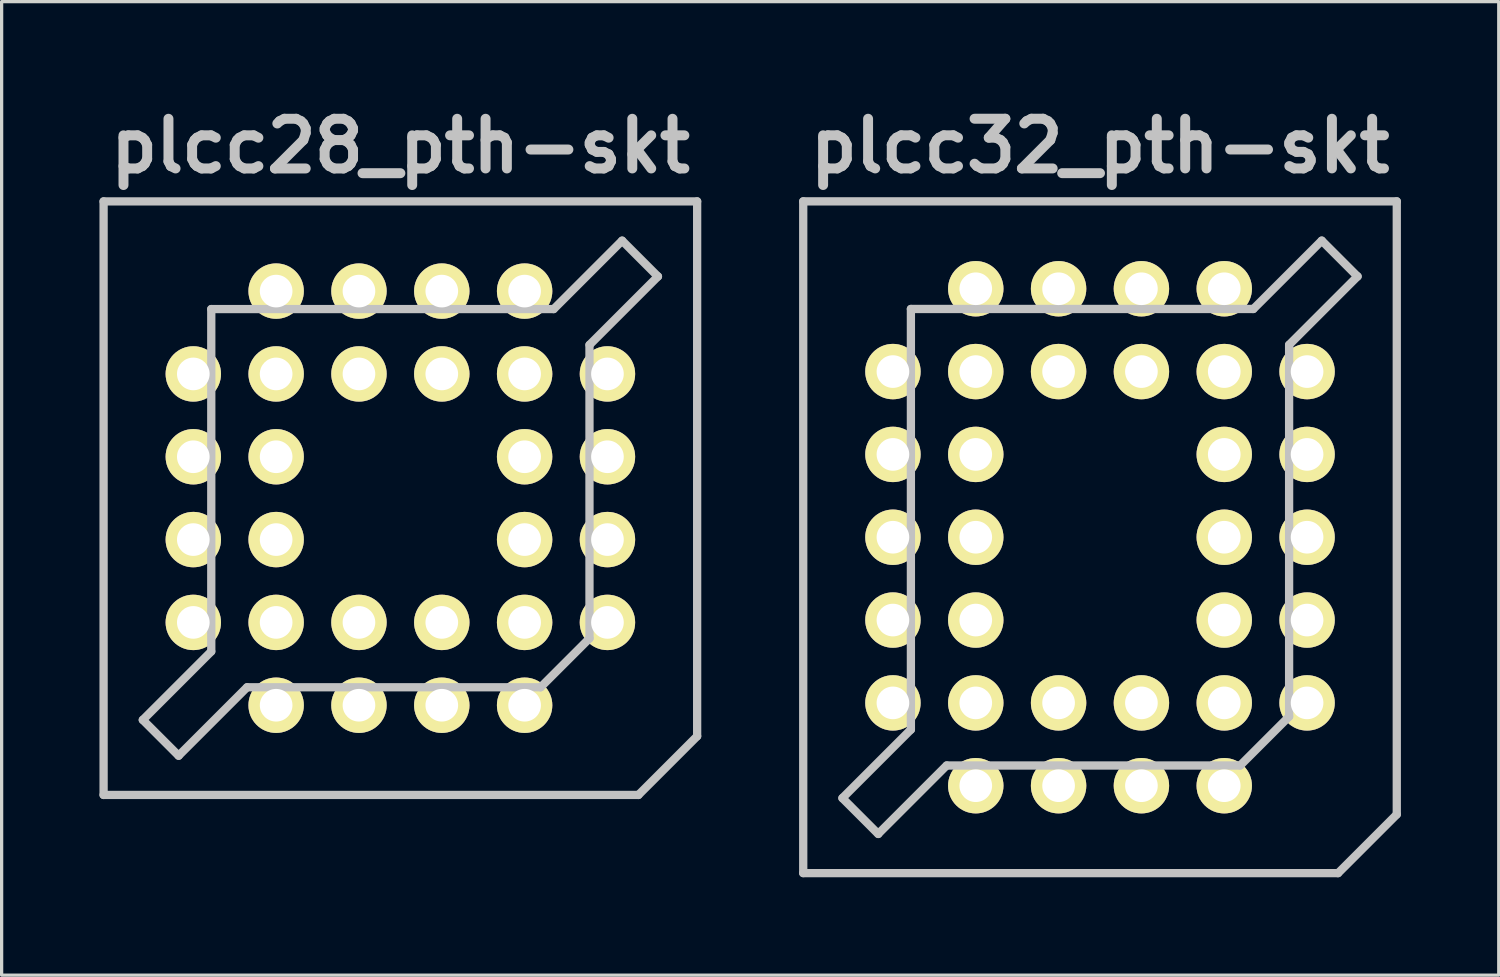
<source format=kicad_pcb>
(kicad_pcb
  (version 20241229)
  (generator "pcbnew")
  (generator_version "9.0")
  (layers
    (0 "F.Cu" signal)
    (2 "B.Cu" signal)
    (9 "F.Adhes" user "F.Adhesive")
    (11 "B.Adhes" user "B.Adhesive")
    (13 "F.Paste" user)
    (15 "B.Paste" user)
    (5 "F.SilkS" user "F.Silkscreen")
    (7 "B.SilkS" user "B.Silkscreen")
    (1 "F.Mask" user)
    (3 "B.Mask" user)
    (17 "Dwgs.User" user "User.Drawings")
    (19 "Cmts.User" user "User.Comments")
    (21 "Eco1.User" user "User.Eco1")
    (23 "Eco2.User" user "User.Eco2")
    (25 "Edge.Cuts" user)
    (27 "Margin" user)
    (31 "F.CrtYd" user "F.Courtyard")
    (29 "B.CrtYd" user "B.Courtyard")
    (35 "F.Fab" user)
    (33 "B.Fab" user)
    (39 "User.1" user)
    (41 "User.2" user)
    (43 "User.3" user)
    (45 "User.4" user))
  (footprint "plcc32_pth-skt"
    (layer "F.Cu")
    (at 30.683 13.425)
    (property "Reference" "plcc32_pth-skt" (at 0 -11.999 0) (layer "Dwgs.User") (effects (font (size 1.524 1.524) (thickness 0.305))))
    (attr through_hole)
    (fp_line (start -9.101 10.3) (end -9.101 -10.3) (stroke (width 0.254) (type solid)) (layer "Dwgs.User"))
    (fp_line (start -9.101 10.3) (end 7.3 10.3) (stroke (width 0.254) (type solid)) (layer "Dwgs.User"))
    (fp_line (start -7.899 8.001) (end -6.8 9.101) (stroke (width 0.254) (type solid)) (layer "Dwgs.User"))
    (fp_line (start -6.8 9.096) (end -4.702 6.998) (stroke (width 0.254) (type solid)) (layer "Dwgs.User"))
    (fp_line (start -5.801 5.9) (end -7.899 7.998) (stroke (width 0.254) (type solid)) (layer "Dwgs.User"))
    (fp_line (start -5.799 -7) (end -5.799 5.9) (stroke (width 0.254) (type solid)) (layer "Dwgs.User"))
    (fp_line (start -5.799 -7) (end 4.699 -7) (stroke (width 0.254) (type solid)) (layer "Dwgs.User"))
    (fp_line (start 4.3 6.998) (end 5.799 5.499) (stroke (width 0.254) (type solid)) (layer "Dwgs.User"))
    (fp_line (start 4.3 7) (end -4.699 7) (stroke (width 0.254) (type solid)) (layer "Dwgs.User"))
    (fp_line (start 4.702 -6.998) (end 6.8 -9.096) (stroke (width 0.254) (type solid)) (layer "Dwgs.User"))
    (fp_line (start 5.799 5.499) (end 5.799 -5.9) (stroke (width 0.254) (type solid)) (layer "Dwgs.User"))
    (fp_line (start 6.8 -9.096) (end 7.899 -7.996) (stroke (width 0.254) (type solid)) (layer "Dwgs.User"))
    (fp_line (start 7.3 10.302) (end 9.101 8.501) (stroke (width 0.254) (type solid)) (layer "Dwgs.User"))
    (fp_line (start 7.899 -8.001) (end 5.801 -5.903) (stroke (width 0.254) (type solid)) (layer "Dwgs.User"))
    (fp_line (start 9.101 -10.3) (end -9.101 -10.3) (stroke (width 0.254) (type solid)) (layer "Dwgs.User"))
    (fp_line (start 9.101 -10.3) (end 9.101 8.499) (stroke (width 0.254) (type solid)) (layer "Dwgs.User"))
    (pad "1" thru_hole circle (at -1.27 5.08) (size 1.699 1.699) (drill 1.001) (layers "*.Cu" "*.Mask" "F.SilkS"))
    (pad "2" thru_hole circle (at 1.27 7.62) (size 1.699 1.699) (drill 1.001) (layers "*.Cu" "*.Mask" "F.SilkS"))
    (pad "3" thru_hole circle (at 1.27 5.08) (size 1.699 1.699) (drill 1.001) (layers "*.Cu" "*.Mask" "F.SilkS"))
    (pad "4" thru_hole circle (at 3.81 7.62) (size 1.699 1.699) (drill 1.001) (layers "*.Cu" "*.Mask" "F.SilkS"))
    (pad "5" thru_hole circle (at 6.35 5.08) (size 1.699 1.699) (drill 1.001) (layers "*.Cu" "*.Mask" "F.SilkS"))
    (pad "6" thru_hole circle (at 3.81 5.08) (size 1.699 1.699) (drill 1.001) (layers "*.Cu" "*.Mask" "F.SilkS"))
    (pad "7" thru_hole circle (at 6.35 2.54) (size 1.699 1.699) (drill 1.001) (layers "*.Cu" "*.Mask" "F.SilkS"))
    (pad "8" thru_hole circle (at 3.81 2.54) (size 1.699 1.699) (drill 1.001) (layers "*.Cu" "*.Mask" "F.SilkS"))
    (pad "9" thru_hole circle (at 6.35 0) (size 1.699 1.699) (drill 1.001) (layers "*.Cu" "*.Mask" "F.SilkS"))
    (pad "10" thru_hole circle (at 3.81 0) (size 1.699 1.699) (drill 1.001) (layers "*.Cu" "*.Mask" "F.SilkS"))
    (pad "11" thru_hole circle (at 6.35 -2.54) (size 1.699 1.699) (drill 1.001) (layers "*.Cu" "*.Mask" "F.SilkS"))
    (pad "12" thru_hole circle (at 3.81 -2.54) (size 1.699 1.699) (drill 1.001) (layers "*.Cu" "*.Mask" "F.SilkS"))
    (pad "13" thru_hole circle (at 6.35 -5.08) (size 1.699 1.699) (drill 1.001) (layers "*.Cu" "*.Mask" "F.SilkS"))
    (pad "14" thru_hole circle (at 3.81 -7.62) (size 1.699 1.699) (drill 1.001) (layers "*.Cu" "*.Mask" "F.SilkS"))
    (pad "15" thru_hole circle (at 3.81 -5.08) (size 1.699 1.699) (drill 1.001) (layers "*.Cu" "*.Mask" "F.SilkS"))
    (pad "16" thru_hole circle (at 1.27 -7.62) (size 1.699 1.699) (drill 1.001) (layers "*.Cu" "*.Mask" "F.SilkS"))
    (pad "17" thru_hole circle (at 1.27 -5.08) (size 1.699 1.699) (drill 1.001) (layers "*.Cu" "*.Mask" "F.SilkS"))
    (pad "18" thru_hole circle (at -1.27 -7.62) (size 1.699 1.699) (drill 1.001) (layers "*.Cu" "*.Mask" "F.SilkS"))
    (pad "19" thru_hole circle (at -1.27 -5.08) (size 1.699 1.699) (drill 1.001) (layers "*.Cu" "*.Mask" "F.SilkS"))
    (pad "20" thru_hole circle (at -3.81 -7.62) (size 1.699 1.699) (drill 1.001) (layers "*.Cu" "*.Mask" "F.SilkS"))
    (pad "21" thru_hole circle (at -6.35 -5.08) (size 1.699 1.699) (drill 1.001) (layers "*.Cu" "*.Mask" "F.SilkS"))
    (pad "22" thru_hole circle (at -3.81 -5.08) (size 1.699 1.699) (drill 1.001) (layers "*.Cu" "*.Mask" "F.SilkS"))
    (pad "23" thru_hole circle (at -6.35 -2.54) (size 1.699 1.699) (drill 1.001) (layers "*.Cu" "*.Mask" "F.SilkS"))
    (pad "24" thru_hole circle (at -3.81 -2.54) (size 1.699 1.699) (drill 1.001) (layers "*.Cu" "*.Mask" "F.SilkS"))
    (pad "25" thru_hole circle (at -6.35 0) (size 1.699 1.699) (drill 1.001) (layers "*.Cu" "*.Mask" "F.SilkS"))
    (pad "26" thru_hole circle (at -3.81 0) (size 1.699 1.699) (drill 1.001) (layers "*.Cu" "*.Mask" "F.SilkS"))
    (pad "27" thru_hole circle (at -6.35 2.54) (size 1.699 1.699) (drill 1.001) (layers "*.Cu" "*.Mask" "F.SilkS"))
    (pad "28" thru_hole circle (at -3.81 2.54) (size 1.699 1.699) (drill 1.001) (layers "*.Cu" "*.Mask" "F.SilkS"))
    (pad "29" thru_hole circle (at -6.35 5.08) (size 1.699 1.699) (drill 1.001) (layers "*.Cu" "*.Mask" "F.SilkS"))
    (pad "30" thru_hole circle (at -3.81 7.62) (size 1.699 1.699) (drill 1.001) (layers "*.Cu" "*.Mask" "F.SilkS"))
    (pad "31" thru_hole circle (at -3.81 5.08) (size 1.699 1.699) (drill 1.001) (layers "*.Cu" "*.Mask" "F.SilkS"))
    (pad "32" thru_hole circle (at -1.27 7.62) (size 1.699 1.699) (drill 1.001) (layers "*.Cu" "*.Mask" "F.SilkS")))
  (footprint "plcc28_pth-skt"
    (layer "F.Cu")
    (at 9.228 12.227)
    (property "Reference" "plcc28_pth-skt" (at 0 -10.8 0) (layer "Dwgs.User") (effects (font (size 1.524 1.524) (thickness 0.305))))
    (attr through_hole)
    (fp_line (start -9.101 -9.101) (end -9.101 9.101) (stroke (width 0.254) (type solid)) (layer "Dwgs.User"))
    (fp_line (start -9.101 9.101) (end 7.3 9.101) (stroke (width 0.254) (type solid)) (layer "Dwgs.User"))
    (fp_line (start -7.899 6.8) (end -6.8 7.899) (stroke (width 0.254) (type solid)) (layer "Dwgs.User"))
    (fp_line (start -6.8 7.897) (end -4.702 5.799) (stroke (width 0.254) (type solid)) (layer "Dwgs.User"))
    (fp_line (start -5.801 4.702) (end -7.899 6.8) (stroke (width 0.254) (type solid)) (layer "Dwgs.User"))
    (fp_line (start -5.799 -5.799) (end 4.699 -5.799) (stroke (width 0.254) (type solid)) (layer "Dwgs.User"))
    (fp_line (start -5.799 4.699) (end -5.799 -5.799) (stroke (width 0.254) (type solid)) (layer "Dwgs.User"))
    (fp_line (start 4.3 5.799) (end -4.699 5.799) (stroke (width 0.254) (type solid)) (layer "Dwgs.User"))
    (fp_line (start 4.3 5.799) (end 5.799 4.3) (stroke (width 0.254) (type solid)) (layer "Dwgs.User"))
    (fp_line (start 4.702 -5.799) (end 6.8 -7.897) (stroke (width 0.254) (type solid)) (layer "Dwgs.User"))
    (fp_line (start 5.799 -4.699) (end 5.799 4.3) (stroke (width 0.254) (type solid)) (layer "Dwgs.User"))
    (fp_line (start 6.8 -7.897) (end 7.899 -6.797) (stroke (width 0.254) (type solid)) (layer "Dwgs.User"))
    (fp_line (start 7.3 9.101) (end 9.101 7.3) (stroke (width 0.254) (type solid)) (layer "Dwgs.User"))
    (fp_line (start 7.899 -6.8) (end 5.801 -4.702) (stroke (width 0.254) (type solid)) (layer "Dwgs.User"))
    (fp_line (start 9.101 -9.101) (end -9.101 -9.101) (stroke (width 0.254) (type solid)) (layer "Dwgs.User"))
    (fp_line (start 9.101 7.3) (end 9.101 -9.101) (stroke (width 0.254) (type solid)) (layer "Dwgs.User"))
    (pad "1" thru_hole circle (at -1.27 3.81) (size 1.699 1.699) (drill 1.001) (layers "*.Cu" "*.Mask" "F.SilkS"))
    (pad "2" thru_hole circle (at 1.27 6.35) (size 1.699 1.699) (drill 1.001) (layers "*.Cu" "*.Mask" "F.SilkS"))
    (pad "3" thru_hole circle (at 1.27 3.81) (size 1.699 1.699) (drill 1.001) (layers "*.Cu" "*.Mask" "F.SilkS"))
    (pad "4" thru_hole circle (at 3.81 6.35) (size 1.699 1.699) (drill 1.001) (layers "*.Cu" "*.Mask" "F.SilkS"))
    (pad "5" thru_hole circle (at 6.35 3.81) (size 1.699 1.699) (drill 1.001) (layers "*.Cu" "*.Mask" "F.SilkS"))
    (pad "6" thru_hole circle (at 3.81 3.81) (size 1.699 1.699) (drill 1.001) (layers "*.Cu" "*.Mask" "F.SilkS"))
    (pad "7" thru_hole circle (at 6.35 1.27) (size 1.699 1.699) (drill 1.001) (layers "*.Cu" "*.Mask" "F.SilkS"))
    (pad "8" thru_hole circle (at 3.81 1.27) (size 1.699 1.699) (drill 1.001) (layers "*.Cu" "*.Mask" "F.SilkS"))
    (pad "9" thru_hole circle (at 6.35 -1.27) (size 1.699 1.699) (drill 1.001) (layers "*.Cu" "*.Mask" "F.SilkS"))
    (pad "10" thru_hole circle (at 3.81 -1.27) (size 1.699 1.699) (drill 1.001) (layers "*.Cu" "*.Mask" "F.SilkS"))
    (pad "11" thru_hole circle (at 6.35 -3.81) (size 1.699 1.699) (drill 1.001) (layers "*.Cu" "*.Mask" "F.SilkS"))
    (pad "12" thru_hole circle (at 3.81 -6.35) (size 1.699 1.699) (drill 1.001) (layers "*.Cu" "*.Mask" "F.SilkS"))
    (pad "13" thru_hole circle (at 3.81 -3.81) (size 1.699 1.699) (drill 1.001) (layers "*.Cu" "*.Mask" "F.SilkS"))
    (pad "14" thru_hole circle (at 1.27 -6.35) (size 1.699 1.699) (drill 1.001) (layers "*.Cu" "*.Mask" "F.SilkS"))
    (pad "15" thru_hole circle (at 1.27 -3.81) (size 1.699 1.699) (drill 1.001) (layers "*.Cu" "*.Mask" "F.SilkS"))
    (pad "16" thru_hole circle (at -1.27 -6.35) (size 1.699 1.699) (drill 1.001) (layers "*.Cu" "*.Mask" "F.SilkS"))
    (pad "17" thru_hole circle (at -1.27 -3.81) (size 1.699 1.699) (drill 1.001) (layers "*.Cu" "*.Mask" "F.SilkS"))
    (pad "18" thru_hole circle (at -3.81 -6.35) (size 1.699 1.699) (drill 1.001) (layers "*.Cu" "*.Mask" "F.SilkS"))
    (pad "19" thru_hole circle (at -6.35 -3.81) (size 1.699 1.699) (drill 1.001) (layers "*.Cu" "*.Mask" "F.SilkS"))
    (pad "20" thru_hole circle (at -3.81 -3.81) (size 1.699 1.699) (drill 1.001) (layers "*.Cu" "*.Mask" "F.SilkS"))
    (pad "21" thru_hole circle (at -6.35 -1.27) (size 1.699 1.699) (drill 1.001) (layers "*.Cu" "*.Mask" "F.SilkS"))
    (pad "22" thru_hole circle (at -3.81 -1.27) (size 1.699 1.699) (drill 1.001) (layers "*.Cu" "*.Mask" "F.SilkS"))
    (pad "23" thru_hole circle (at -6.35 1.27) (size 1.699 1.699) (drill 1.001) (layers "*.Cu" "*.Mask" "F.SilkS"))
    (pad "24" thru_hole circle (at -3.81 1.27) (size 1.699 1.699) (drill 1.001) (layers "*.Cu" "*.Mask" "F.SilkS"))
    (pad "25" thru_hole circle (at -6.35 3.81) (size 1.699 1.699) (drill 1.001) (layers "*.Cu" "*.Mask" "F.SilkS"))
    (pad "26" thru_hole circle (at -3.81 6.35) (size 1.699 1.699) (drill 1.001) (layers "*.Cu" "*.Mask" "F.SilkS"))
    (pad "27" thru_hole circle (at -3.81 3.81) (size 1.699 1.699) (drill 1.001) (layers "*.Cu" "*.Mask" "F.SilkS"))
    (pad "28" thru_hole circle (at -1.27 6.35) (size 1.699 1.699) (drill 1.001) (layers "*.Cu" "*.Mask" "F.SilkS")))
  (gr_rect
    (start -3 -3)
    (end 42.911 26.855)
    (stroke (width 0.1) (type default))
    (fill no)
    (layer "Edge.Cuts")))
</source>
